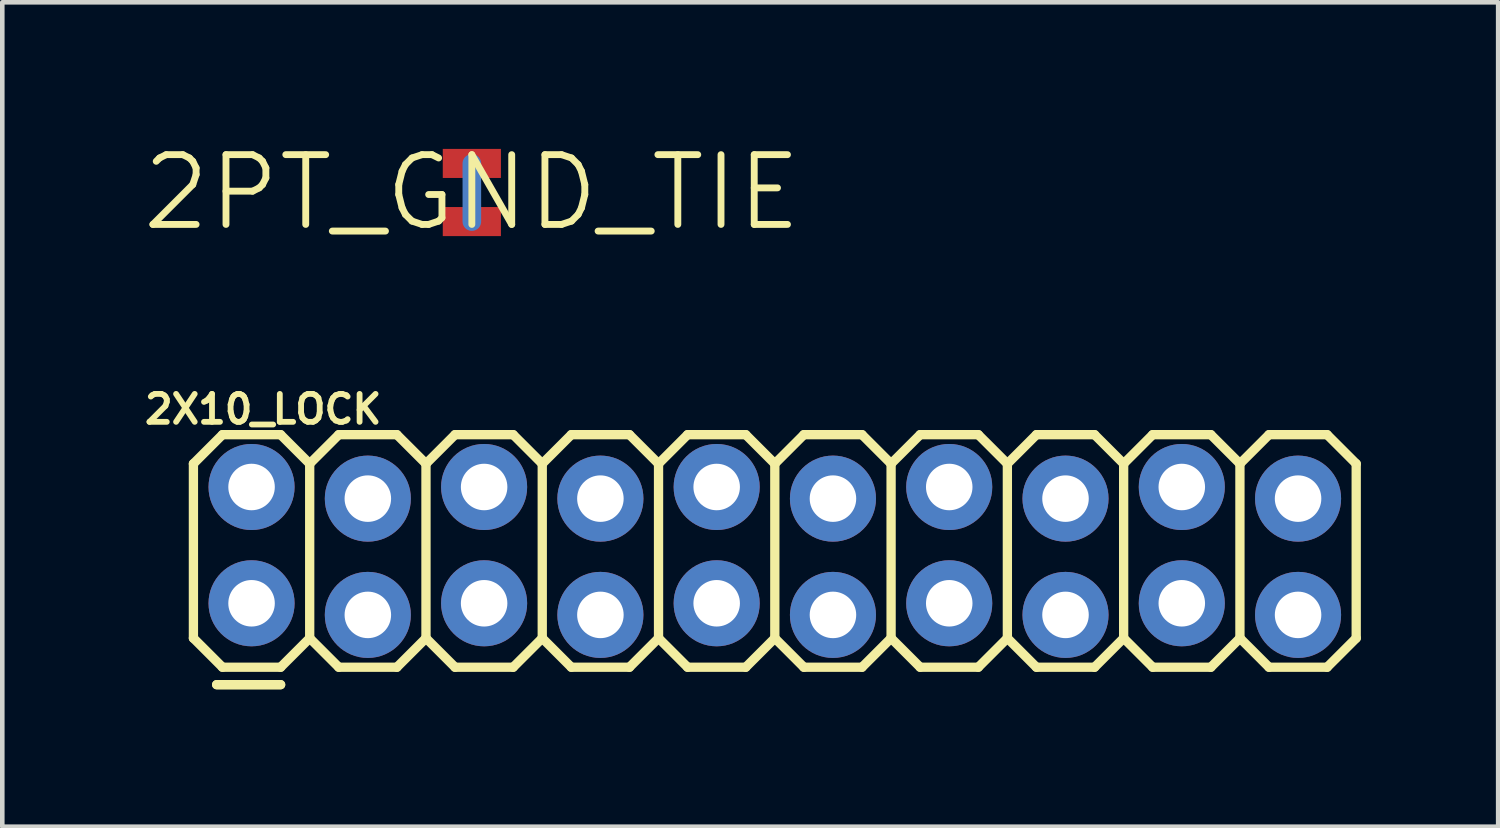
<source format=kicad_pcb>
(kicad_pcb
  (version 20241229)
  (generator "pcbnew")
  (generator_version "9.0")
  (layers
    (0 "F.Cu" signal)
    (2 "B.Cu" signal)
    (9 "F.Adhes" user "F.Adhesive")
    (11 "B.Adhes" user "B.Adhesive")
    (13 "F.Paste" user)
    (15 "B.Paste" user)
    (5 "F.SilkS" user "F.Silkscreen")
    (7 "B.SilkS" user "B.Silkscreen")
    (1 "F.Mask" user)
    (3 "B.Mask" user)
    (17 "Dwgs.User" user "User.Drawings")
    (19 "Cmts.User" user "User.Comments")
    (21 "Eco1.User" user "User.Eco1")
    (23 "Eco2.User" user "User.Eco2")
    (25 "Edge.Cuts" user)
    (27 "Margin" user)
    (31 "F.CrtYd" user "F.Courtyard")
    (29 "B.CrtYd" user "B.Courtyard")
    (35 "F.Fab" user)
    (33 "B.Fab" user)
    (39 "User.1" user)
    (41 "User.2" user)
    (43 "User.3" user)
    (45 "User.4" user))
  (footprint "2X10_LOCK"
    (layer "F.Cu")
    (at 2.445 10.255)
    (property "Reference" "2X10_LOCK" (at 0.254 -4.366 0) (layer "F.SilkS") (effects (font (size 0.61 0.61) (thickness 0.127))))
    (attr exclude_from_pos_files exclude_from_bom)
    (fp_line (start -1.27 -3.175) (end -0.635 -3.81) (stroke (width 0.203) (type solid)) (layer "F.SilkS"))
    (fp_line (start -1.27 0.635) (end -1.27 -3.175) (stroke (width 0.203) (type solid)) (layer "F.SilkS"))
    (fp_line (start -1.27 0.635) (end -0.635 1.27) (stroke (width 0.203) (type solid)) (layer "F.SilkS"))
    (fp_line (start -0.762 1.651) (end 0.635 1.651) (stroke (width 0.203) (type solid)) (layer "F.SilkS"))
    (fp_line (start -0.635 -3.81) (end 0.635 -3.81) (stroke (width 0.203) (type solid)) (layer "F.SilkS"))
    (fp_line (start -0.635 1.27) (end 0.635 1.27) (stroke (width 0.203) (type solid)) (layer "F.SilkS"))
    (fp_line (start 0.635 -3.81) (end 1.27 -3.175) (stroke (width 0.203) (type solid)) (layer "F.SilkS"))
    (fp_line (start 0.635 1.27) (end 1.27 0.635) (stroke (width 0.203) (type solid)) (layer "F.SilkS"))
    (fp_line (start 0.635 1.651) (end -0.762 1.651) (stroke (width 0.203) (type solid)) (layer "F.SilkS"))
    (fp_line (start 1.27 -3.175) (end 1.27 0.635) (stroke (width 0.203) (type solid)) (layer "F.SilkS"))
    (fp_line (start 1.27 -3.175) (end 1.905 -3.81) (stroke (width 0.203) (type solid)) (layer "F.SilkS"))
    (fp_line (start 1.27 0.635) (end 1.905 1.27) (stroke (width 0.203) (type solid)) (layer "F.SilkS"))
    (fp_line (start 1.905 -3.81) (end 3.175 -3.81) (stroke (width 0.203) (type solid)) (layer "F.SilkS"))
    (fp_line (start 1.905 1.27) (end 3.175 1.27) (stroke (width 0.203) (type solid)) (layer "F.SilkS"))
    (fp_line (start 3.175 -3.81) (end 3.81 -3.175) (stroke (width 0.203) (type solid)) (layer "F.SilkS"))
    (fp_line (start 3.175 1.27) (end 3.81 0.635) (stroke (width 0.203) (type solid)) (layer "F.SilkS"))
    (fp_line (start 3.81 -3.175) (end 3.81 0.635) (stroke (width 0.203) (type solid)) (layer "F.SilkS"))
    (fp_line (start 3.81 -3.175) (end 4.445 -3.81) (stroke (width 0.203) (type solid)) (layer "F.SilkS"))
    (fp_line (start 3.81 0.635) (end 4.445 1.27) (stroke (width 0.203) (type solid)) (layer "F.SilkS"))
    (fp_line (start 4.445 -3.81) (end 5.715 -3.81) (stroke (width 0.203) (type solid)) (layer "F.SilkS"))
    (fp_line (start 4.445 1.27) (end 5.715 1.27) (stroke (width 0.203) (type solid)) (layer "F.SilkS"))
    (fp_line (start 5.715 -3.81) (end 6.35 -3.175) (stroke (width 0.203) (type solid)) (layer "F.SilkS"))
    (fp_line (start 5.715 1.27) (end 6.35 0.635) (stroke (width 0.203) (type solid)) (layer "F.SilkS"))
    (fp_line (start 6.35 -3.175) (end 6.35 0.635) (stroke (width 0.203) (type solid)) (layer "F.SilkS"))
    (fp_line (start 6.35 -3.175) (end 6.985 -3.81) (stroke (width 0.203) (type solid)) (layer "F.SilkS"))
    (fp_line (start 6.35 0.635) (end 6.985 1.27) (stroke (width 0.203) (type solid)) (layer "F.SilkS"))
    (fp_line (start 6.985 -3.81) (end 8.255 -3.81) (stroke (width 0.203) (type solid)) (layer "F.SilkS"))
    (fp_line (start 6.985 1.27) (end 8.255 1.27) (stroke (width 0.203) (type solid)) (layer "F.SilkS"))
    (fp_line (start 8.255 -3.81) (end 8.89 -3.175) (stroke (width 0.203) (type solid)) (layer "F.SilkS"))
    (fp_line (start 8.255 1.27) (end 8.89 0.635) (stroke (width 0.203) (type solid)) (layer "F.SilkS"))
    (fp_line (start 8.89 -3.175) (end 8.89 0.635) (stroke (width 0.203) (type solid)) (layer "F.SilkS"))
    (fp_line (start 8.89 -3.175) (end 9.525 -3.81) (stroke (width 0.203) (type solid)) (layer "F.SilkS"))
    (fp_line (start 8.89 0.635) (end 9.525 1.27) (stroke (width 0.203) (type solid)) (layer "F.SilkS"))
    (fp_line (start 9.525 -3.81) (end 10.795 -3.81) (stroke (width 0.203) (type solid)) (layer "F.SilkS"))
    (fp_line (start 9.525 1.27) (end 10.795 1.27) (stroke (width 0.203) (type solid)) (layer "F.SilkS"))
    (fp_line (start 10.795 -3.81) (end 11.43 -3.175) (stroke (width 0.203) (type solid)) (layer "F.SilkS"))
    (fp_line (start 10.795 1.27) (end 11.43 0.635) (stroke (width 0.203) (type solid)) (layer "F.SilkS"))
    (fp_line (start 11.43 -3.175) (end 11.43 0.635) (stroke (width 0.203) (type solid)) (layer "F.SilkS"))
    (fp_line (start 11.43 -3.175) (end 12.065 -3.81) (stroke (width 0.203) (type solid)) (layer "F.SilkS"))
    (fp_line (start 11.43 0.635) (end 12.065 1.27) (stroke (width 0.203) (type solid)) (layer "F.SilkS"))
    (fp_line (start 12.065 -3.81) (end 13.335 -3.81) (stroke (width 0.203) (type solid)) (layer "F.SilkS"))
    (fp_line (start 12.065 1.27) (end 13.335 1.27) (stroke (width 0.203) (type solid)) (layer "F.SilkS"))
    (fp_line (start 13.335 -3.81) (end 13.97 -3.175) (stroke (width 0.203) (type solid)) (layer "F.SilkS"))
    (fp_line (start 13.335 1.27) (end 13.97 0.635) (stroke (width 0.203) (type solid)) (layer "F.SilkS"))
    (fp_line (start 13.97 -3.175) (end 13.97 0.635) (stroke (width 0.203) (type solid)) (layer "F.SilkS"))
    (fp_line (start 13.97 -3.175) (end 14.605 -3.81) (stroke (width 0.203) (type solid)) (layer "F.SilkS"))
    (fp_line (start 13.97 0.635) (end 14.605 1.27) (stroke (width 0.203) (type solid)) (layer "F.SilkS"))
    (fp_line (start 14.605 -3.81) (end 15.875 -3.81) (stroke (width 0.203) (type solid)) (layer "F.SilkS"))
    (fp_line (start 14.605 1.27) (end 15.875 1.27) (stroke (width 0.203) (type solid)) (layer "F.SilkS"))
    (fp_line (start 15.875 -3.81) (end 16.51 -3.175) (stroke (width 0.203) (type solid)) (layer "F.SilkS"))
    (fp_line (start 16.51 -3.175) (end 16.51 0.635) (stroke (width 0.203) (type solid)) (layer "F.SilkS"))
    (fp_line (start 16.51 -3.175) (end 17.145 -3.81) (stroke (width 0.203) (type solid)) (layer "F.SilkS"))
    (fp_line (start 16.51 0.635) (end 15.875 1.27) (stroke (width 0.203) (type solid)) (layer "F.SilkS"))
    (fp_line (start 16.51 0.635) (end 17.145 1.27) (stroke (width 0.203) (type solid)) (layer "F.SilkS"))
    (fp_line (start 17.145 -3.81) (end 18.415 -3.81) (stroke (width 0.203) (type solid)) (layer "F.SilkS"))
    (fp_line (start 17.145 1.27) (end 18.415 1.27) (stroke (width 0.203) (type solid)) (layer "F.SilkS"))
    (fp_line (start 18.415 -3.81) (end 19.05 -3.175) (stroke (width 0.203) (type solid)) (layer "F.SilkS"))
    (fp_line (start 19.05 -3.175) (end 19.05 0.635) (stroke (width 0.203) (type solid)) (layer "F.SilkS"))
    (fp_line (start 19.05 -3.175) (end 19.685 -3.81) (stroke (width 0.203) (type solid)) (layer "F.SilkS"))
    (fp_line (start 19.05 0.635) (end 18.415 1.27) (stroke (width 0.203) (type solid)) (layer "F.SilkS"))
    (fp_line (start 19.05 0.635) (end 19.685 1.27) (stroke (width 0.203) (type solid)) (layer "F.SilkS"))
    (fp_line (start 19.685 -3.81) (end 20.955 -3.81) (stroke (width 0.203) (type solid)) (layer "F.SilkS"))
    (fp_line (start 19.685 1.27) (end 20.955 1.27) (stroke (width 0.203) (type solid)) (layer "F.SilkS"))
    (fp_line (start 20.955 -3.81) (end 21.59 -3.175) (stroke (width 0.203) (type solid)) (layer "F.SilkS"))
    (fp_line (start 21.59 -3.175) (end 21.59 0.635) (stroke (width 0.203) (type solid)) (layer "F.SilkS"))
    (fp_line (start 21.59 -3.175) (end 22.225 -3.81) (stroke (width 0.203) (type solid)) (layer "F.SilkS"))
    (fp_line (start 21.59 0.635) (end 20.955 1.27) (stroke (width 0.203) (type solid)) (layer "F.SilkS"))
    (fp_line (start 21.59 0.635) (end 22.225 1.27) (stroke (width 0.203) (type solid)) (layer "F.SilkS"))
    (fp_line (start 22.225 -3.81) (end 23.495 -3.81) (stroke (width 0.203) (type solid)) (layer "F.SilkS"))
    (fp_line (start 22.225 1.27) (end 23.495 1.27) (stroke (width 0.203) (type solid)) (layer "F.SilkS"))
    (fp_line (start 23.495 -3.81) (end 24.13 -3.175) (stroke (width 0.203) (type solid)) (layer "F.SilkS"))
    (fp_line (start 24.13 -3.175) (end 24.13 0.635) (stroke (width 0.203) (type solid)) (layer "F.SilkS"))
    (fp_line (start 24.13 0.635) (end 23.495 1.27) (stroke (width 0.203) (type solid)) (layer "F.SilkS"))
    (fp_line (start -0.254 -2.794) (end 0.254 -2.794) (stroke (width 0.066) (type solid)) (layer "Dwgs.User"))
    (fp_line (start -0.254 -2.286) (end -0.254 -2.794) (stroke (width 0.066) (type solid)) (layer "Dwgs.User"))
    (fp_line (start -0.254 -2.286) (end 0.254 -2.286) (stroke (width 0.066) (type solid)) (layer "Dwgs.User"))
    (fp_line (start -0.254 -0.254) (end 0.254 -0.254) (stroke (width 0.066) (type solid)) (layer "Dwgs.User"))
    (fp_line (start -0.254 0.254) (end -0.254 -0.254) (stroke (width 0.066) (type solid)) (layer "Dwgs.User"))
    (fp_line (start -0.254 0.254) (end 0.254 0.254) (stroke (width 0.066) (type solid)) (layer "Dwgs.User"))
    (fp_line (start 0.254 -2.286) (end 0.254 -2.794) (stroke (width 0.066) (type solid)) (layer "Dwgs.User"))
    (fp_line (start 0.254 0.254) (end 0.254 -0.254) (stroke (width 0.066) (type solid)) (layer "Dwgs.User"))
    (fp_line (start 2.286 -2.794) (end 2.794 -2.794) (stroke (width 0.066) (type solid)) (layer "Dwgs.User"))
    (fp_line (start 2.286 -2.286) (end 2.286 -2.794) (stroke (width 0.066) (type solid)) (layer "Dwgs.User"))
    (fp_line (start 2.286 -2.286) (end 2.794 -2.286) (stroke (width 0.066) (type solid)) (layer "Dwgs.User"))
    (fp_line (start 2.286 -0.254) (end 2.794 -0.254) (stroke (width 0.066) (type solid)) (layer "Dwgs.User"))
    (fp_line (start 2.286 0.254) (end 2.286 -0.254) (stroke (width 0.066) (type solid)) (layer "Dwgs.User"))
    (fp_line (start 2.286 0.254) (end 2.794 0.254) (stroke (width 0.066) (type solid)) (layer "Dwgs.User"))
    (fp_line (start 2.794 -2.286) (end 2.794 -2.794) (stroke (width 0.066) (type solid)) (layer "Dwgs.User"))
    (fp_line (start 2.794 0.254) (end 2.794 -0.254) (stroke (width 0.066) (type solid)) (layer "Dwgs.User"))
    (fp_line (start 4.826 -2.794) (end 5.334 -2.794) (stroke (width 0.066) (type solid)) (layer "Dwgs.User"))
    (fp_line (start 4.826 -2.286) (end 4.826 -2.794) (stroke (width 0.066) (type solid)) (layer "Dwgs.User"))
    (fp_line (start 4.826 -2.286) (end 5.334 -2.286) (stroke (width 0.066) (type solid)) (layer "Dwgs.User"))
    (fp_line (start 4.826 -0.254) (end 5.334 -0.254) (stroke (width 0.066) (type solid)) (layer "Dwgs.User"))
    (fp_line (start 4.826 0.254) (end 4.826 -0.254) (stroke (width 0.066) (type solid)) (layer "Dwgs.User"))
    (fp_line (start 4.826 0.254) (end 5.334 0.254) (stroke (width 0.066) (type solid)) (layer "Dwgs.User"))
    (fp_line (start 5.334 -2.286) (end 5.334 -2.794) (stroke (width 0.066) (type solid)) (layer "Dwgs.User"))
    (fp_line (start 5.334 0.254) (end 5.334 -0.254) (stroke (width 0.066) (type solid)) (layer "Dwgs.User"))
    (fp_line (start 7.366 -2.794) (end 7.874 -2.794) (stroke (width 0.066) (type solid)) (layer "Dwgs.User"))
    (fp_line (start 7.366 -2.286) (end 7.366 -2.794) (stroke (width 0.066) (type solid)) (layer "Dwgs.User"))
    (fp_line (start 7.366 -2.286) (end 7.874 -2.286) (stroke (width 0.066) (type solid)) (layer "Dwgs.User"))
    (fp_line (start 7.366 -0.254) (end 7.874 -0.254) (stroke (width 0.066) (type solid)) (layer "Dwgs.User"))
    (fp_line (start 7.366 0.254) (end 7.366 -0.254) (stroke (width 0.066) (type solid)) (layer "Dwgs.User"))
    (fp_line (start 7.366 0.254) (end 7.874 0.254) (stroke (width 0.066) (type solid)) (layer "Dwgs.User"))
    (fp_line (start 7.874 -2.286) (end 7.874 -2.794) (stroke (width 0.066) (type solid)) (layer "Dwgs.User"))
    (fp_line (start 7.874 0.254) (end 7.874 -0.254) (stroke (width 0.066) (type solid)) (layer "Dwgs.User"))
    (fp_line (start 9.906 -2.794) (end 10.414 -2.794) (stroke (width 0.066) (type solid)) (layer "Dwgs.User"))
    (fp_line (start 9.906 -2.286) (end 9.906 -2.794) (stroke (width 0.066) (type solid)) (layer "Dwgs.User"))
    (fp_line (start 9.906 -2.286) (end 10.414 -2.286) (stroke (width 0.066) (type solid)) (layer "Dwgs.User"))
    (fp_line (start 9.906 -0.254) (end 10.414 -0.254) (stroke (width 0.066) (type solid)) (layer "Dwgs.User"))
    (fp_line (start 9.906 0.254) (end 9.906 -0.254) (stroke (width 0.066) (type solid)) (layer "Dwgs.User"))
    (fp_line (start 9.906 0.254) (end 10.414 0.254) (stroke (width 0.066) (type solid)) (layer "Dwgs.User"))
    (fp_line (start 10.414 -2.286) (end 10.414 -2.794) (stroke (width 0.066) (type solid)) (layer "Dwgs.User"))
    (fp_line (start 10.414 0.254) (end 10.414 -0.254) (stroke (width 0.066) (type solid)) (layer "Dwgs.User"))
    (fp_line (start 12.446 -2.794) (end 12.954 -2.794) (stroke (width 0.066) (type solid)) (layer "Dwgs.User"))
    (fp_line (start 12.446 -2.286) (end 12.446 -2.794) (stroke (width 0.066) (type solid)) (layer "Dwgs.User"))
    (fp_line (start 12.446 -2.286) (end 12.954 -2.286) (stroke (width 0.066) (type solid)) (layer "Dwgs.User"))
    (fp_line (start 12.446 -0.254) (end 12.954 -0.254) (stroke (width 0.066) (type solid)) (layer "Dwgs.User"))
    (fp_line (start 12.446 0.254) (end 12.446 -0.254) (stroke (width 0.066) (type solid)) (layer "Dwgs.User"))
    (fp_line (start 12.446 0.254) (end 12.954 0.254) (stroke (width 0.066) (type solid)) (layer "Dwgs.User"))
    (fp_line (start 12.954 -2.286) (end 12.954 -2.794) (stroke (width 0.066) (type solid)) (layer "Dwgs.User"))
    (fp_line (start 12.954 0.254) (end 12.954 -0.254) (stroke (width 0.066) (type solid)) (layer "Dwgs.User"))
    (fp_line (start 14.986 -2.794) (end 15.494 -2.794) (stroke (width 0.066) (type solid)) (layer "Dwgs.User"))
    (fp_line (start 14.986 -2.286) (end 14.986 -2.794) (stroke (width 0.066) (type solid)) (layer "Dwgs.User"))
    (fp_line (start 14.986 -2.286) (end 15.494 -2.286) (stroke (width 0.066) (type solid)) (layer "Dwgs.User"))
    (fp_line (start 14.986 -0.254) (end 15.494 -0.254) (stroke (width 0.066) (type solid)) (layer "Dwgs.User"))
    (fp_line (start 14.986 0.254) (end 14.986 -0.254) (stroke (width 0.066) (type solid)) (layer "Dwgs.User"))
    (fp_line (start 14.986 0.254) (end 15.494 0.254) (stroke (width 0.066) (type solid)) (layer "Dwgs.User"))
    (fp_line (start 15.494 -2.286) (end 15.494 -2.794) (stroke (width 0.066) (type solid)) (layer "Dwgs.User"))
    (fp_line (start 15.494 0.254) (end 15.494 -0.254) (stroke (width 0.066) (type solid)) (layer "Dwgs.User"))
    (fp_line (start 17.523 -2.794) (end 18.034 -2.794) (stroke (width 0.066) (type solid)) (layer "Dwgs.User"))
    (fp_line (start 17.523 -2.286) (end 17.523 -2.794) (stroke (width 0.066) (type solid)) (layer "Dwgs.User"))
    (fp_line (start 17.523 -2.286) (end 18.034 -2.286) (stroke (width 0.066) (type solid)) (layer "Dwgs.User"))
    (fp_line (start 17.523 -0.254) (end 18.034 -0.254) (stroke (width 0.066) (type solid)) (layer "Dwgs.User"))
    (fp_line (start 17.523 0.254) (end 17.523 -0.254) (stroke (width 0.066) (type solid)) (layer "Dwgs.User"))
    (fp_line (start 17.523 0.254) (end 18.034 0.254) (stroke (width 0.066) (type solid)) (layer "Dwgs.User"))
    (fp_line (start 18.034 -2.286) (end 18.034 -2.794) (stroke (width 0.066) (type solid)) (layer "Dwgs.User"))
    (fp_line (start 18.034 0.254) (end 18.034 -0.254) (stroke (width 0.066) (type solid)) (layer "Dwgs.User"))
    (fp_line (start 20.066 -2.794) (end 20.574 -2.794) (stroke (width 0.066) (type solid)) (layer "Dwgs.User"))
    (fp_line (start 20.066 -2.286) (end 20.066 -2.794) (stroke (width 0.066) (type solid)) (layer "Dwgs.User"))
    (fp_line (start 20.066 -2.286) (end 20.574 -2.286) (stroke (width 0.066) (type solid)) (layer "Dwgs.User"))
    (fp_line (start 20.066 -0.254) (end 20.574 -0.254) (stroke (width 0.066) (type solid)) (layer "Dwgs.User"))
    (fp_line (start 20.066 0.254) (end 20.066 -0.254) (stroke (width 0.066) (type solid)) (layer "Dwgs.User"))
    (fp_line (start 20.066 0.254) (end 20.574 0.254) (stroke (width 0.066) (type solid)) (layer "Dwgs.User"))
    (fp_line (start 20.574 -2.286) (end 20.574 -2.794) (stroke (width 0.066) (type solid)) (layer "Dwgs.User"))
    (fp_line (start 20.574 0.254) (end 20.574 -0.254) (stroke (width 0.066) (type solid)) (layer "Dwgs.User"))
    (fp_line (start 22.606 -2.794) (end 23.114 -2.794) (stroke (width 0.066) (type solid)) (layer "Dwgs.User"))
    (fp_line (start 22.606 -2.286) (end 22.606 -2.794) (stroke (width 0.066) (type solid)) (layer "Dwgs.User"))
    (fp_line (start 22.606 -2.286) (end 23.114 -2.286) (stroke (width 0.066) (type solid)) (layer "Dwgs.User"))
    (fp_line (start 22.606 -0.254) (end 23.114 -0.254) (stroke (width 0.066) (type solid)) (layer "Dwgs.User"))
    (fp_line (start 22.606 0.254) (end 22.606 -0.254) (stroke (width 0.066) (type solid)) (layer "Dwgs.User"))
    (fp_line (start 22.606 0.254) (end 23.114 0.254) (stroke (width 0.066) (type solid)) (layer "Dwgs.User"))
    (fp_line (start 23.114 -2.286) (end 23.114 -2.794) (stroke (width 0.066) (type solid)) (layer "Dwgs.User"))
    (fp_line (start 23.114 0.254) (end 23.114 -0.254) (stroke (width 0.066) (type solid)) (layer "Dwgs.User"))
    (pad "1" thru_hole circle (at 0 -0.127) (size 1.88 1.88) (drill 1.016) (layers "*.Cu" "*.Paste" "*.Mask"))
    (pad "2" thru_hole circle (at 0 -2.667) (size 1.88 1.88) (drill 1.016) (layers "*.Cu" "*.Paste" "*.Mask"))
    (pad "3" thru_hole circle (at 2.54 0.127) (size 1.88 1.88) (drill 1.016) (layers "*.Cu" "*.Paste" "*.Mask"))
    (pad "4" thru_hole circle (at 2.54 -2.413) (size 1.88 1.88) (drill 1.016) (layers "*.Cu" "*.Paste" "*.Mask"))
    (pad "5" thru_hole circle (at 5.08 -0.127) (size 1.88 1.88) (drill 1.016) (layers "*.Cu" "*.Paste" "*.Mask"))
    (pad "6" thru_hole circle (at 5.08 -2.667) (size 1.88 1.88) (drill 1.016) (layers "*.Cu" "*.Paste" "*.Mask"))
    (pad "7" thru_hole circle (at 7.62 0.127) (size 1.88 1.88) (drill 1.016) (layers "*.Cu" "*.Paste" "*.Mask"))
    (pad "8" thru_hole circle (at 7.62 -2.413) (size 1.88 1.88) (drill 1.016) (layers "*.Cu" "*.Paste" "*.Mask"))
    (pad "9" thru_hole circle (at 10.16 -0.127) (size 1.88 1.88) (drill 1.016) (layers "*.Cu" "*.Paste" "*.Mask"))
    (pad "10" thru_hole circle (at 10.16 -2.667) (size 1.88 1.88) (drill 1.016) (layers "*.Cu" "*.Paste" "*.Mask"))
    (pad "11" thru_hole circle (at 12.7 0.127) (size 1.88 1.88) (drill 1.016) (layers "*.Cu" "*.Paste" "*.Mask"))
    (pad "12" thru_hole circle (at 12.7 -2.413) (size 1.88 1.88) (drill 1.016) (layers "*.Cu" "*.Paste" "*.Mask"))
    (pad "13" thru_hole circle (at 15.24 -0.127) (size 1.88 1.88) (drill 1.016) (layers "*.Cu" "*.Paste" "*.Mask"))
    (pad "14" thru_hole circle (at 15.24 -2.667) (size 1.88 1.88) (drill 1.016) (layers "*.Cu" "*.Paste" "*.Mask"))
    (pad "15" thru_hole circle (at 17.78 0.127) (size 1.88 1.88) (drill 1.016) (layers "*.Cu" "*.Paste" "*.Mask"))
    (pad "16" thru_hole circle (at 17.78 -2.413) (size 1.88 1.88) (drill 1.016) (layers "*.Cu" "*.Paste" "*.Mask"))
    (pad "17" thru_hole circle (at 20.32 -0.127) (size 1.88 1.88) (drill 1.016) (layers "*.Cu" "*.Paste" "*.Mask"))
    (pad "18" thru_hole circle (at 20.32 -2.667) (size 1.88 1.88) (drill 1.016) (layers "*.Cu" "*.Paste" "*.Mask"))
    (pad "19" thru_hole circle (at 22.86 0.127) (size 1.88 1.88) (drill 1.016) (layers "*.Cu" "*.Paste" "*.Mask"))
    (pad "20" thru_hole circle (at 22.86 -2.413) (size 1.88 1.88) (drill 1.016) (layers "*.Cu" "*.Paste" "*.Mask")))
  (footprint "2PT_GND_TIE"
    (layer "F.Cu")
    (at 7.257 1.155)
    (property "Reference" "2PT_GND_TIE" (at 0 0 0) (layer "F.SilkS") (effects (font (size 1.524 1.524) (thickness 0.15))))
    (attr smd)
    (fp_line (start 0 -0.635) (end 0 0.635) (stroke (width 0.406) (type solid)) (layer "B.Cu"))
    (pad "P$1" smd rect (at 0 -0.635) (size 1.27 0.635) (layers "F.Cu" "F.Mask" "F.Paste"))
    (pad "P$2" smd rect (at 0 0.635) (size 1.27 0.635) (layers "F.Cu" "F.Mask" "F.Paste")))
  (gr_rect
    (start -3 -3)
    (end 29.676 15.008)
    (stroke (width 0.1) (type default))
    (fill no)
    (layer "Edge.Cuts")))
</source>
